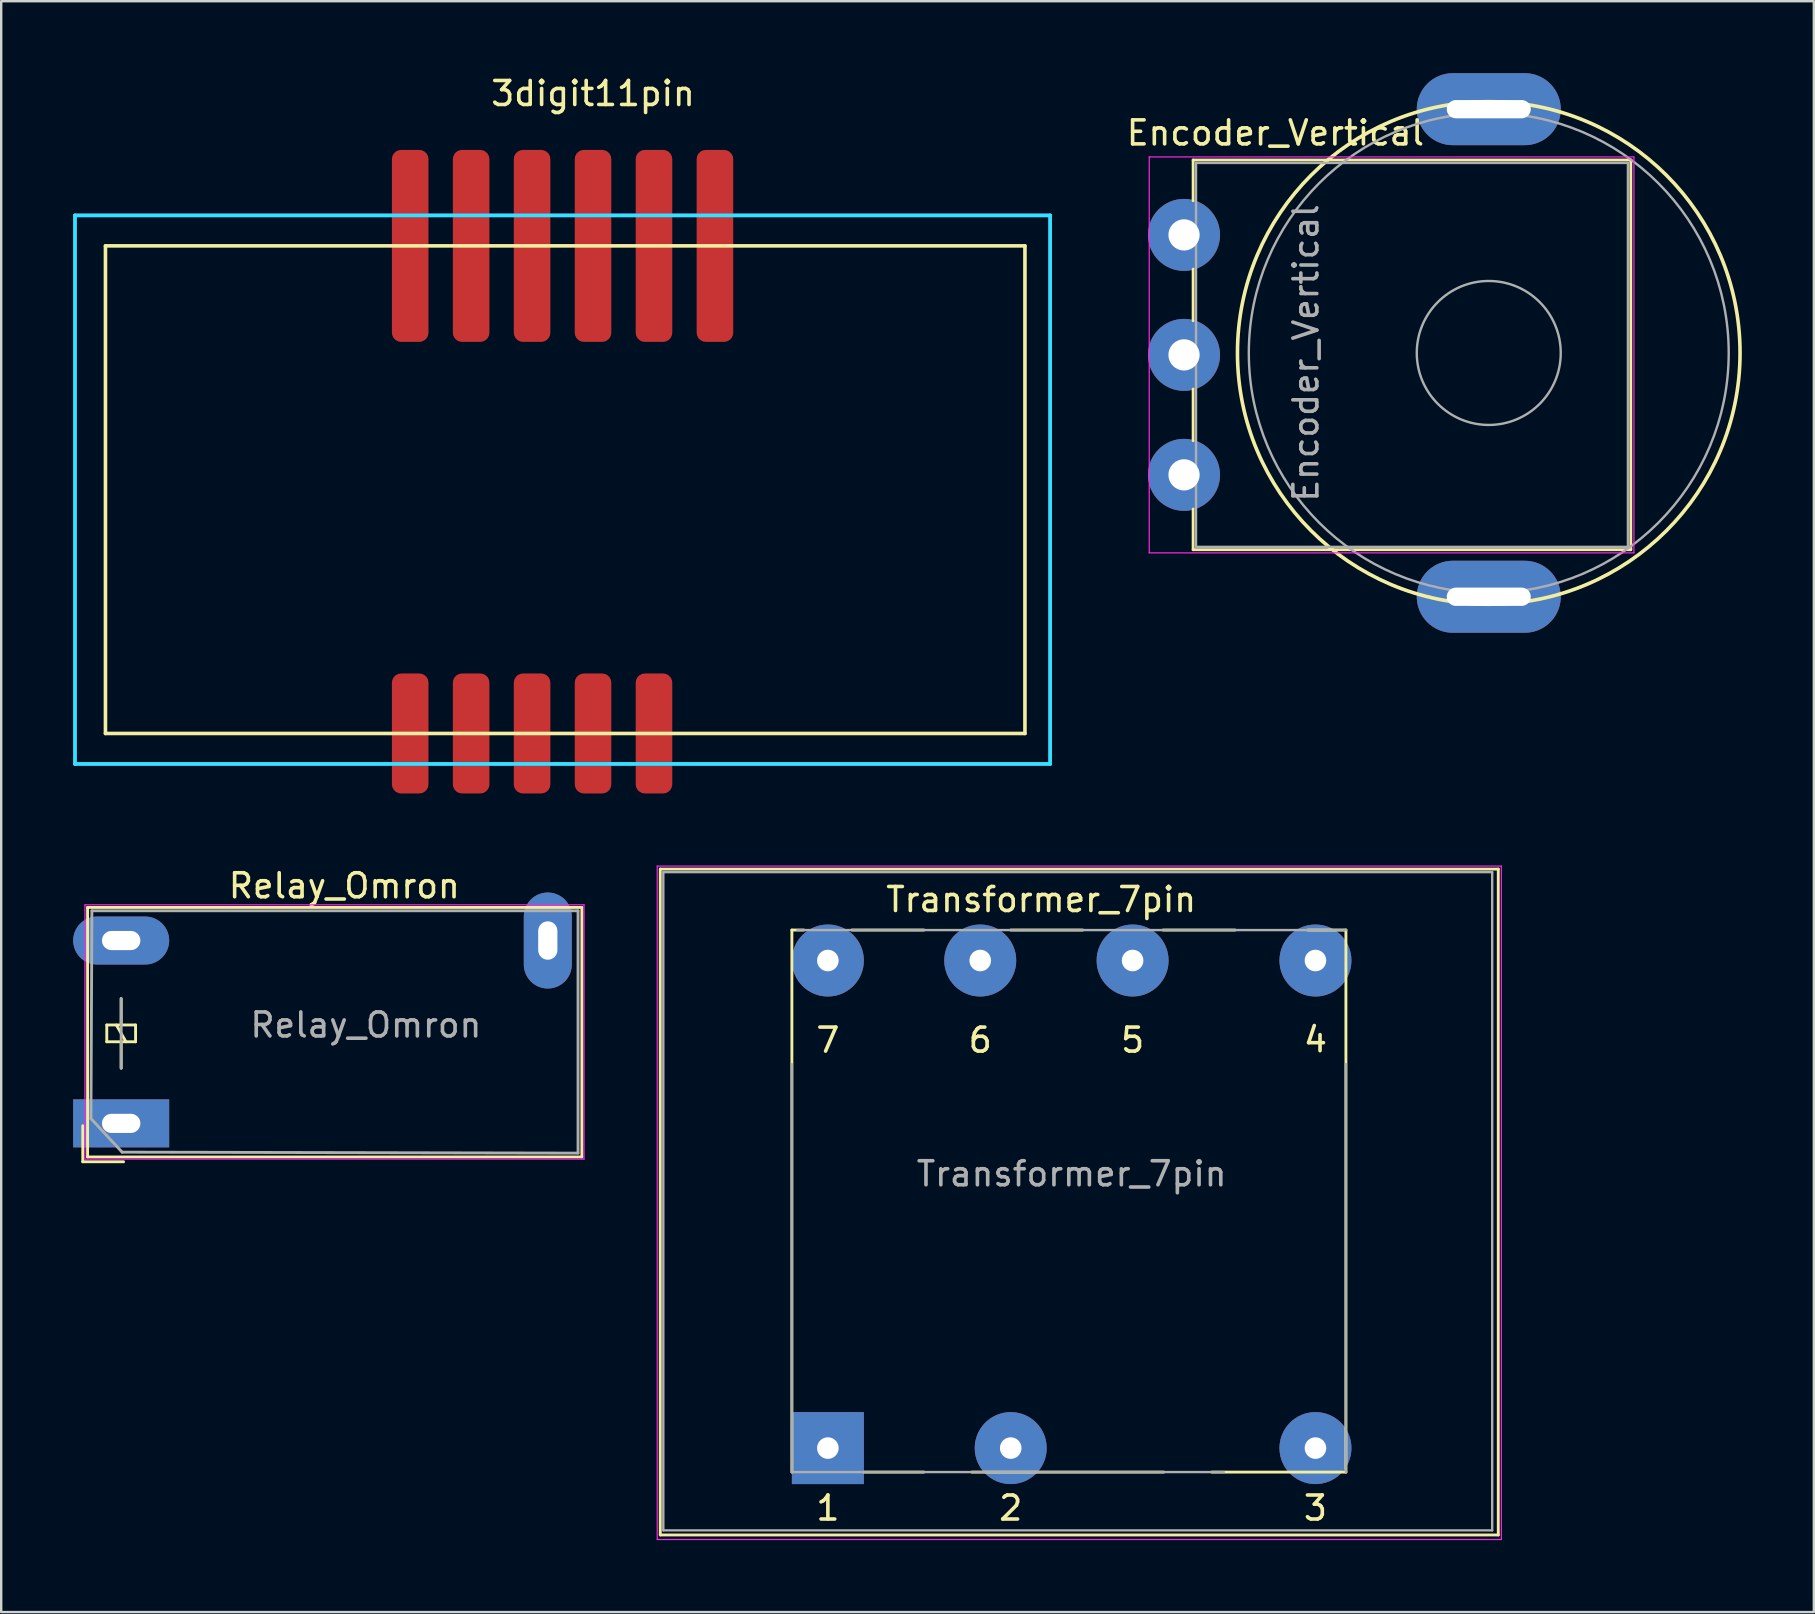
<source format=kicad_pcb>
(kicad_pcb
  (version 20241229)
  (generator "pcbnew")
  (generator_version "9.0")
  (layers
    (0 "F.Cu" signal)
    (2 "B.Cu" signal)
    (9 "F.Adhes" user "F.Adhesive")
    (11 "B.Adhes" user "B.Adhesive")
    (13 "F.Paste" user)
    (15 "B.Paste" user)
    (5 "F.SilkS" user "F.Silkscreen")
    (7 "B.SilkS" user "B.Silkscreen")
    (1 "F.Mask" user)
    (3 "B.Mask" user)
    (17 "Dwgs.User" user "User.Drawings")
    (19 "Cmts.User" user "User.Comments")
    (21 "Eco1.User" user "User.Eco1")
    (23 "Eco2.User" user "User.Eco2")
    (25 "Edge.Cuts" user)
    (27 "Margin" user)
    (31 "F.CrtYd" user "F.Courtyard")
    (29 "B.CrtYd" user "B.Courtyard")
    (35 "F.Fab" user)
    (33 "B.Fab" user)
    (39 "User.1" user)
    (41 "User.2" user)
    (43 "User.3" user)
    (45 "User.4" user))
  (footprint "3digit11pin"
    (layer "F.Cu")
    (at 14.045 7.198)
    (property "Reference" "3digit11pin" (at 7.62 -6.35 0) (layer "F.SilkS") (effects (font (size 1 1) (thickness 0.15))))
    (attr through_hole)
    (fp_line (start -12.7 0) (end 25.62 0) (stroke (width 0.15) (type solid)) (layer "F.SilkS"))
    (fp_line (start -12.7 20.32) (end -12.7 0) (stroke (width 0.15) (type solid)) (layer "F.SilkS"))
    (fp_line (start 25.62 0) (end 25.62 20.32) (stroke (width 0.15) (type solid)) (layer "F.SilkS"))
    (fp_line (start 25.62 20.32) (end -12.7 20.32) (stroke (width 0.15) (type solid)) (layer "F.SilkS"))
    (fp_line (start -13.97 -1.27) (end 26.67 -1.27) (stroke (width 0.15) (type solid)) (layer "B.CrtYd"))
    (fp_line (start -13.97 21.59) (end -13.97 -1.27) (stroke (width 0.15) (type solid)) (layer "B.CrtYd"))
    (fp_line (start 26.67 -1.27) (end 26.67 21.59) (stroke (width 0.15) (type solid)) (layer "B.CrtYd"))
    (fp_line (start 26.67 21.59) (end -13.97 21.59) (stroke (width 0.15) (type solid)) (layer "B.CrtYd"))
    (fp_line (start -13.97 -1.27) (end -13.97 21.59) (stroke (width 0.15) (type solid)) (layer "F.CrtYd"))
    (fp_line (start -13.97 21.59) (end 26.67 21.59) (stroke (width 0.15) (type solid)) (layer "F.CrtYd"))
    (fp_line (start 26.67 -1.27) (end -13.97 -1.27) (stroke (width 0.15) (type solid)) (layer "F.CrtYd"))
    (fp_line (start 26.67 21.59) (end 26.67 -1.27) (stroke (width 0.15) (type solid)) (layer "F.CrtYd"))
    (pad "1" smd roundrect (at 0 0) (size 1.524 8) (layers "F.Cu" "F.Mask" "F.Paste") (roundrect_rratio 0.25))
    (pad "2" smd roundrect (at 2.54 0) (size 1.524 8) (layers "F.Cu" "F.Mask" "F.Paste") (roundrect_rratio 0.25))
    (pad "3" smd roundrect (at 5.08 0) (size 1.524 8) (layers "F.Cu" "F.Mask" "F.Paste") (roundrect_rratio 0.25))
    (pad "4" smd roundrect (at 7.62 0) (size 1.524 8) (layers "F.Cu" "F.Mask" "F.Paste") (roundrect_rratio 0.25))
    (pad "5" smd roundrect (at 10.16 0) (size 1.524 8) (layers "F.Cu" "F.Mask" "F.Paste") (roundrect_rratio 0.25))
    (pad "6" smd roundrect (at 12.7 0) (size 1.524 8) (layers "F.Cu" "F.Mask" "F.Paste") (roundrect_rratio 0.25))
    (pad "7" smd roundrect (at 0 20.32) (size 1.524 5) (layers "F.Cu" "F.Mask" "F.Paste") (roundrect_rratio 0.25))
    (pad "8" smd roundrect (at 2.54 20.32) (size 1.524 5) (layers "F.Cu" "F.Mask" "F.Paste") (roundrect_rratio 0.25))
    (pad "9" smd roundrect (at 5.08 20.32) (size 1.524 5) (layers "F.Cu" "F.Mask" "F.Paste") (roundrect_rratio 0.25))
    (pad "10" smd roundrect (at 7.62 20.32) (size 1.524 5) (layers "F.Cu" "F.Mask" "F.Paste") (roundrect_rratio 0.25))
    (pad "11" smd roundrect (at 10.16 20.32) (size 1.524 5) (layers "F.Cu" "F.Mask" "F.Paste") (roundrect_rratio 0.25)))
  (footprint "Encoder_Vertical"
    (layer "F.Cu")
    (at 46.295 16.74)
    (property "Reference" "Encoder_Vertical" (at 3.81 -14.25 0) (layer "F.SilkS") (effects (font (size 1 1) (thickness 0.15))))
    (attr through_hole)
    (fp_line (start 0.38 -13.12) (end 0.38 -11.426) (stroke (width 0.12) (type solid)) (layer "F.SilkS"))
    (fp_line (start 0.38 -13.12) (end 18.62 -13.12) (stroke (width 0.12) (type solid)) (layer "F.SilkS"))
    (fp_line (start 0.38 -8.574) (end 0.38 -6.425) (stroke (width 0.12) (type solid)) (layer "F.SilkS"))
    (fp_line (start 0.38 -3.575) (end 0.38 -1.425) (stroke (width 0.12) (type solid)) (layer "F.SilkS"))
    (fp_line (start 0.38 1.425) (end 0.38 3.12) (stroke (width 0.12) (type solid)) (layer "F.SilkS"))
    (fp_line (start 0.38 3.12) (end 18.62 3.12) (stroke (width 0.12) (type solid)) (layer "F.SilkS"))
    (fp_line (start 18.62 -13.12) (end 18.62 3.12) (stroke (width 0.12) (type solid)) (layer "F.SilkS"))
    (fp_circle (center 12.7 -5.08) (end 22.86 -7.62) (stroke (width 0.15) (type solid)) (fill no) (layer "F.SilkS"))
    (fp_line (start -1.45 -13.25) (end -1.45 3.25) (stroke (width 0.05) (type solid)) (layer "F.CrtYd"))
    (fp_line (start -1.45 3.25) (end 18.75 3.25) (stroke (width 0.05) (type solid)) (layer "F.CrtYd"))
    (fp_line (start 18.75 -13.25) (end -1.45 -13.25) (stroke (width 0.05) (type solid)) (layer "F.CrtYd"))
    (fp_line (start 18.75 3.25) (end 18.75 -13.25) (stroke (width 0.05) (type solid)) (layer "F.CrtYd"))
    (fp_line (start 0.5 -13) (end 0.5 3) (stroke (width 0.1) (type solid)) (layer "F.Fab"))
    (fp_line (start 0.5 3) (end 18.5 3) (stroke (width 0.1) (type solid)) (layer "F.Fab"))
    (fp_line (start 18.5 -13) (end 0.5 -13) (stroke (width 0.1) (type solid)) (layer "F.Fab"))
    (fp_line (start 18.5 3) (end 18.5 -13) (stroke (width 0.1) (type solid)) (layer "F.Fab"))
    (fp_circle (center 12.7 -5.08) (end 15.7 -5.08) (stroke (width 0.1) (type solid)) (fill no) (layer "F.Fab"))
    (fp_circle (center 12.7 -5.08) (end 22.7 -5.08) (stroke (width 0.1) (type solid)) (fill no) (layer "F.Fab"))
    (fp_text user "${REFERENCE}" (at 5.08 -5.08 90) (layer "F.Fab") (effects (font (size 1 1) (thickness 0.15))))
    (pad "0" thru_hole oval (at 12.7 -15.24) (size 6 3) (drill oval 3.5 0.762) (layers "*.Cu" "*.Mask"))
    (pad "0" thru_hole oval (at 12.7 5.08) (size 6 3) (drill oval 3.5 0.762) (layers "*.Cu" "*.Mask"))
    (pad "A" thru_hole circle (at 0 -10) (size 3 3) (drill 1.3) (layers "*.Cu" "*.Mask"))
    (pad "B" thru_hole circle (at 0 0) (size 3 3) (drill 1.3) (layers "*.Cu" "*.Mask"))
    (pad "C" thru_hole circle (at 0 -5) (size 3 3) (drill 1.3) (layers "*.Cu" "*.Mask")))
  (footprint "Relay_Omron"
    (layer "F.Cu")
    (at 2 43.767)
    (property "Reference" "Relay_Omron" (at 9.3 -9.9 0) (layer "F.SilkS") (effects (font (size 1 1) (thickness 0.15))))
    (attr through_hole)
    (fp_line (start -1.6 1.6) (end -1.6 0.1) (stroke (width 0.12) (type solid)) (layer "F.SilkS"))
    (fp_line (start -1.4 -9) (end 19.2 -9) (stroke (width 0.12) (type solid)) (layer "F.SilkS"))
    (fp_line (start -1.4 1.4) (end -1.4 -9) (stroke (width 0.12) (type solid)) (layer "F.SilkS"))
    (fp_line (start -0.6 -4.1) (end -0.6 -3.4) (stroke (width 0.12) (type solid)) (layer "F.SilkS"))
    (fp_line (start -0.6 -3.4) (end 0.6 -3.4) (stroke (width 0.12) (type solid)) (layer "F.SilkS"))
    (fp_line (start 0 -4.1) (end 0 -5.2) (stroke (width 0.12) (type solid)) (layer "F.SilkS"))
    (fp_line (start 0 -3.4) (end 0 -2.3) (stroke (width 0.12) (type solid)) (layer "F.SilkS"))
    (fp_line (start 0.1 1.6) (end -1.6 1.6) (stroke (width 0.12) (type solid)) (layer "F.SilkS"))
    (fp_line (start 0.2 -3.4) (end -0.2 -4.1) (stroke (width 0.12) (type solid)) (layer "F.SilkS"))
    (fp_line (start 0.6 -4.1) (end -0.6 -4.1) (stroke (width 0.12) (type solid)) (layer "F.SilkS"))
    (fp_line (start 0.6 -3.4) (end 0.6 -4.1) (stroke (width 0.12) (type solid)) (layer "F.SilkS"))
    (fp_line (start 19.2 -9) (end 19.2 1.4) (stroke (width 0.12) (type solid)) (layer "F.SilkS"))
    (fp_line (start 19.2 1.4) (end -1.4 1.4) (stroke (width 0.12) (type solid)) (layer "F.SilkS"))
    (fp_line (start -1.51 -9.11) (end -1.51 1.49) (stroke (width 0.05) (type solid)) (layer "F.CrtYd"))
    (fp_line (start -1.51 -9.11) (end 19.29 -9.11) (stroke (width 0.05) (type solid)) (layer "F.CrtYd"))
    (fp_line (start 19.29 1.49) (end -1.51 1.49) (stroke (width 0.05) (type solid)) (layer "F.CrtYd"))
    (fp_line (start 19.29 1.49) (end 19.29 -9.11) (stroke (width 0.05) (type solid)) (layer "F.CrtYd"))
    (fp_line (start -1.26 -0.2) (end -1.22 -8.86) (stroke (width 0.12) (type solid)) (layer "F.Fab"))
    (fp_line (start -1.22 -8.86) (end 19.04 -8.86) (stroke (width 0.12) (type solid)) (layer "F.Fab"))
    (fp_line (start 0 -2.3) (end 0 -5.2) (stroke (width 0.12) (type solid)) (layer "F.Fab"))
    (fp_line (start 0.04 1.2) (end -1.26 -0.2) (stroke (width 0.12) (type solid)) (layer "F.Fab"))
    (fp_line (start 19.04 -8.86) (end 19.04 1.24) (stroke (width 0.12) (type solid)) (layer "F.Fab"))
    (fp_line (start 19.04 1.24) (end 0.04 1.2) (stroke (width 0.12) (type solid)) (layer "F.Fab"))
    (fp_text user "${REFERENCE}" (at 10.2 -4.1 180) (layer "F.Fab") (effects (font (size 1 1) (thickness 0.15))))
    (pad "1" thru_hole oval (at 0 -7.62 90) (size 2 4) (drill oval 0.8 1.6) (layers "*.Cu" "*.Mask"))
    (pad "10" thru_hole rect (at 0 0 90) (size 2 4) (drill oval 0.8 1.6) (layers "*.Cu" "*.Mask"))
    (pad "24" thru_hole oval (at 17.78 -7.62 180) (size 2 4) (drill oval 0.8 1.6) (layers "*.Cu" "*.Mask")))
  (footprint "Transformer_7pin"
    (layer "F.Cu")
    (at 31.452 57.3)
    (property "Reference" "Transformer_7pin" (at 8.89 -22.86 0) (layer "F.SilkS") (effects (font (size 1 1) (thickness 0.15))))
    (attr through_hole)
    (fp_line (start -6.985 -24.13) (end -6.985 3.62) (stroke (width 0.12) (type solid)) (layer "F.SilkS"))
    (fp_line (start -6.985 -24.13) (end 27.94 -24.13) (stroke (width 0.12) (type solid)) (layer "F.SilkS"))
    (fp_line (start -1.5 1) (end -1.5 -21.59) (stroke (width 0.12) (type solid)) (layer "F.SilkS"))
    (fp_line (start -1 -21.59) (end -1.5 -21.59) (stroke (width 0.12) (type solid)) (layer "F.SilkS"))
    (fp_line (start 1 -21.59) (end 4 -21.59) (stroke (width 0.12) (type solid)) (layer "F.SilkS"))
    (fp_line (start 4 1) (end 1.5 1) (stroke (width 0.12) (type solid)) (layer "F.SilkS"))
    (fp_line (start 6 1) (end 14 1) (stroke (width 0.12) (type solid)) (layer "F.SilkS"))
    (fp_line (start 7.62 -21.59) (end 10.62 -21.59) (stroke (width 0.12) (type solid)) (layer "F.SilkS"))
    (fp_line (start 13.97 -21.59) (end 16.97 -21.59) (stroke (width 0.12) (type solid)) (layer "F.SilkS"))
    (fp_line (start 16 1) (end 21.59 1) (stroke (width 0.12) (type solid)) (layer "F.SilkS"))
    (fp_line (start 20 -21.59) (end 21.59 -21.59) (stroke (width 0.12) (type solid)) (layer "F.SilkS"))
    (fp_line (start 21.59 1) (end 21.59 -21.59) (stroke (width 0.12) (type solid)) (layer "F.SilkS"))
    (fp_line (start 27.94 3.62) (end -6.985 3.62) (stroke (width 0.12) (type solid)) (layer "F.SilkS"))
    (fp_line (start 27.94 3.62) (end 27.94 -24.13) (stroke (width 0.12) (type solid)) (layer "F.SilkS"))
    (fp_line (start -7.112 -24.257) (end -7.112 3.81) (stroke (width 0.05) (type solid)) (layer "F.CrtYd"))
    (fp_line (start -7.112 -24.257) (end 28.067 -24.257) (stroke (width 0.05) (type solid)) (layer "F.CrtYd"))
    (fp_line (start 28.067 3.81) (end -7.112 3.81) (stroke (width 0.05) (type solid)) (layer "F.CrtYd"))
    (fp_line (start 28.067 3.81) (end 28.067 -24.257) (stroke (width 0.05) (type solid)) (layer "F.CrtYd"))
    (fp_line (start -6.858 -24.003) (end 27.686 -24.003) (stroke (width 0.1) (type solid)) (layer "F.Fab"))
    (fp_line (start -6.858 3.429) (end -6.858 -24.003) (stroke (width 0.1) (type solid)) (layer "F.Fab"))
    (fp_line (start -1.5 1) (end -1.5 -16) (stroke (width 0.1) (type solid)) (layer "F.Fab"))
    (fp_line (start -1.27 -21.59) (end 21.59 -21.59) (stroke (width 0.1) (type solid)) (layer "F.Fab"))
    (fp_line (start 16.5 1) (end -1.5 1) (stroke (width 0.1) (type solid)) (layer "F.Fab"))
    (fp_line (start 21.59 -16) (end 21.59 1) (stroke (width 0.1) (type solid)) (layer "F.Fab"))
    (fp_line (start 27.686 -24.003) (end 27.686 3.429) (stroke (width 0.1) (type solid)) (layer "F.Fab"))
    (fp_line (start 27.686 3.429) (end -6.858 3.429) (stroke (width 0.1) (type solid)) (layer "F.Fab"))
    (fp_text user "7" (at 0 -17 0) (layer "F.SilkS") (effects (font (size 1 1) (thickness 0.15))))
    (fp_text user "2" (at 7.62 2.5 0) (layer "F.SilkS") (effects (font (size 1 1) (thickness 0.15))))
    (fp_text user "4" (at 20.32 -17.018 0) (layer "F.SilkS") (effects (font (size 1 1) (thickness 0.15))))
    (fp_text user "5" (at 12.7 -17 0) (layer "F.SilkS") (effects (font (size 1 1) (thickness 0.15))))
    (fp_text user "1" (at 0 2.5 0) (layer "F.SilkS") (effects (font (size 1 1) (thickness 0.15))))
    (fp_text user "6" (at 6.35 -17 0) (layer "F.SilkS") (effects (font (size 1 1) (thickness 0.15))))
    (fp_text user "3" (at 20.32 2.5 0) (layer "F.SilkS") (effects (font (size 1 1) (thickness 0.15))))
    (fp_text user "${REFERENCE}" (at 10.16 -11.43 0) (layer "F.Fab") (effects (font (size 1 1) (thickness 0.15))))
    (pad "1" thru_hole rect (at 0 0) (size 3 3) (drill 0.9) (layers "*.Cu" "*.Mask"))
    (pad "2" thru_hole circle (at 7.62 0) (size 3 3) (drill 0.9) (layers "*.Cu" "*.Mask"))
    (pad "3" thru_hole circle (at 20.32 0) (size 3 3) (drill 0.9) (layers "*.Cu" "*.Mask"))
    (pad "4" thru_hole circle (at 20.32 -20.32) (size 3 3) (drill 0.9) (layers "*.Cu" "*.Mask"))
    (pad "5" thru_hole circle (at 12.7 -20.32) (size 3 3) (drill 0.9) (layers "*.Cu" "*.Mask"))
    (pad "6" thru_hole circle (at 6.35 -20.32) (size 3 3) (drill 0.9) (layers "*.Cu" "*.Mask"))
    (pad "7" thru_hole circle (at 0 -20.32) (size 3 3) (drill 0.9) (layers "*.Cu" "*.Mask")))
  (gr_rect
    (start -3 -3)
    (end 72.543 64.135)
    (stroke (width 0.1) (type default))
    (fill no)
    (layer "Edge.Cuts")))
</source>
